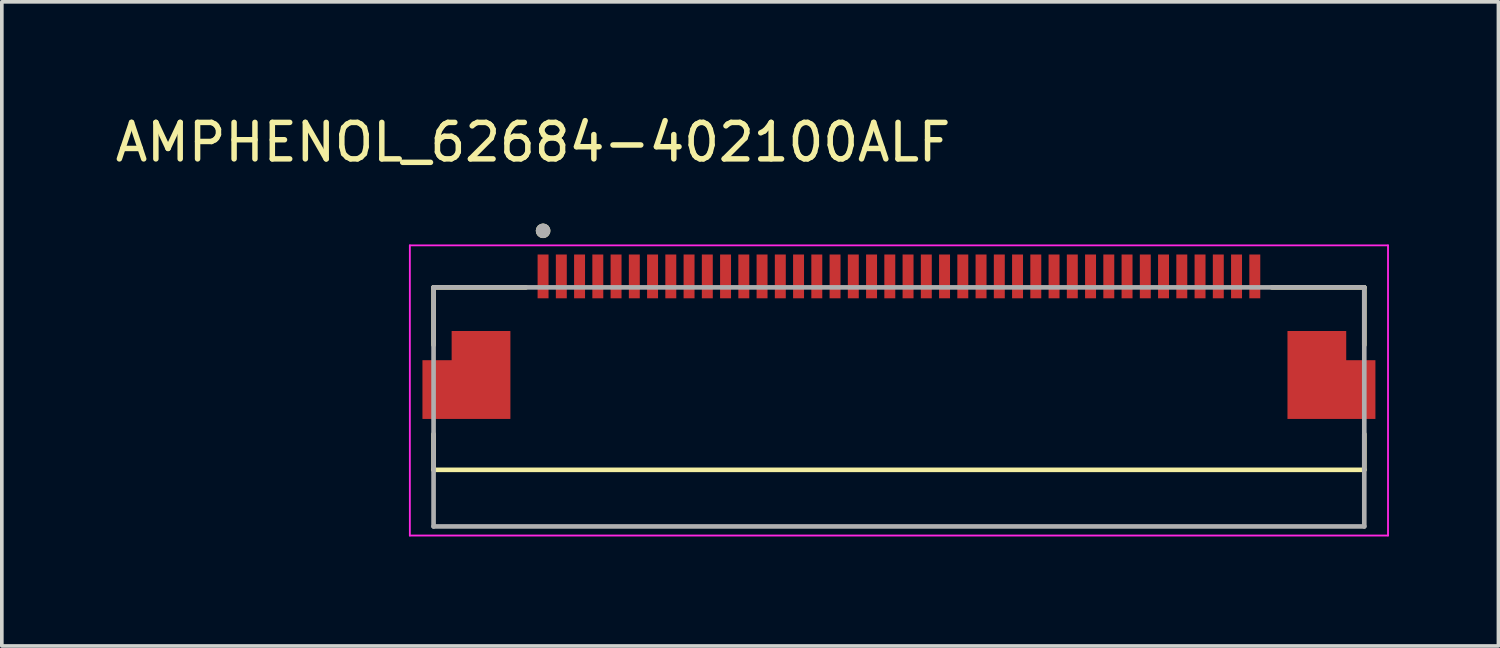
<source format=kicad_pcb>
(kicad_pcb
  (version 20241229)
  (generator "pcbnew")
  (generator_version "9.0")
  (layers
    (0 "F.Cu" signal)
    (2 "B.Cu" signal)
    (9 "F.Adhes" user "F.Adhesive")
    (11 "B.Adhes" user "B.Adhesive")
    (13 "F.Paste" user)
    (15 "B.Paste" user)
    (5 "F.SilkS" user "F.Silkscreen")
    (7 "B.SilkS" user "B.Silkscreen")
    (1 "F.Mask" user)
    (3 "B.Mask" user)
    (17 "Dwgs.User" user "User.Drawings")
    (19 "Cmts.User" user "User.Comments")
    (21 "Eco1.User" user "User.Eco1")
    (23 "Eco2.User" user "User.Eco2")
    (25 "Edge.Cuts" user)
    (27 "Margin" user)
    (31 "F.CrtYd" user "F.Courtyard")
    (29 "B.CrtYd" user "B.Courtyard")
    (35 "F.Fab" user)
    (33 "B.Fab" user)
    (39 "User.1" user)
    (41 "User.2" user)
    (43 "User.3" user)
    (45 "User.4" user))
  (footprint "AMPHENOL_62684-402100ALF"
    (layer "F.Cu")
    (at 21.579 8.098)
    (property "Reference" "AMPHENOL_62684-402100ALF" (at -10.025 -7.25 0) (layer "F.SilkS") (effects (font (size 1 1) (thickness 0.15))))
    (attr smd)
    (fp_poly (pts (xy -10.55 -2.175) (xy -12.35 -2.175) (xy -12.35 -1.375) (xy -13.15 -1.375) (xy -13.15 0.425) (xy -10.55 0.425)) (stroke (width 0.01) (type solid)) (fill yes) (layer "F.Mask"))
    (fp_poly (pts (xy 10.55 -2.175) (xy 12.35 -2.175) (xy 12.35 -1.375) (xy 13.15 -1.375) (xy 13.15 0.425) (xy 10.55 0.425)) (stroke (width 0.01) (type solid)) (fill yes) (layer "F.Mask"))
    (fp_line (start -12.75 -3.275) (end -12.75 -1.695) (stroke (width 0.127) (type solid)) (layer "F.SilkS"))
    (fp_line (start -12.75 -3.275) (end -10.22 -3.275) (stroke (width 0.127) (type solid)) (layer "F.SilkS"))
    (fp_line (start -12.75 1.725) (end -12.75 0.745) (stroke (width 0.127) (type solid)) (layer "F.SilkS"))
    (fp_line (start 12.75 -3.275) (end 10.22 -3.275) (stroke (width 0.127) (type solid)) (layer "F.SilkS"))
    (fp_line (start 12.75 -1.695) (end 12.75 -3.275) (stroke (width 0.127) (type solid)) (layer "F.SilkS"))
    (fp_line (start 12.75 0.745) (end 12.75 1.725) (stroke (width 0.127) (type solid)) (layer "F.SilkS"))
    (fp_line (start 12.75 1.725) (end -12.75 1.725) (stroke (width 0.127) (type solid)) (layer "F.SilkS"))
    (fp_circle (center -9.75 -4.825) (end -9.65 -4.825) (stroke (width 0.2) (type solid)) (fill no) (layer "F.SilkS"))
    (fp_poly (pts (xy -10.65 -2.075) (xy -12.25 -2.075) (xy -12.25 -1.275) (xy -13.05 -1.275) (xy -13.05 0.325) (xy -10.65 0.325)) (stroke (width 0.01) (type solid)) (fill yes) (layer "F.Paste"))
    (fp_poly (pts (xy 10.65 -2.075) (xy 12.25 -2.075) (xy 12.25 -1.275) (xy 13.05 -1.275) (xy 13.05 0.325) (xy 10.65 0.325)) (stroke (width 0.01) (type solid)) (fill yes) (layer "F.Paste"))
    (fp_line (start -13.4 -4.425) (end 13.4 -4.425) (stroke (width 0.05) (type solid)) (layer "F.CrtYd"))
    (fp_line (start -13.4 3.525) (end -13.4 -4.425) (stroke (width 0.05) (type solid)) (layer "F.CrtYd"))
    (fp_line (start 13.4 -4.425) (end 13.4 3.525) (stroke (width 0.05) (type solid)) (layer "F.CrtYd"))
    (fp_line (start 13.4 3.525) (end -13.4 3.525) (stroke (width 0.05) (type solid)) (layer "F.CrtYd"))
    (fp_line (start -12.75 -3.275) (end 12.75 -3.275) (stroke (width 0.127) (type solid)) (layer "F.Fab"))
    (fp_line (start -12.75 3.275) (end -12.75 -3.275) (stroke (width 0.127) (type solid)) (layer "F.Fab"))
    (fp_line (start 12.75 -3.275) (end 12.75 3.275) (stroke (width 0.127) (type solid)) (layer "F.Fab"))
    (fp_line (start 12.75 3.275) (end -12.75 3.275) (stroke (width 0.127) (type solid)) (layer "F.Fab"))
    (fp_circle (center -9.75 -4.825) (end -9.65 -4.825) (stroke (width 0.2) (type solid)) (fill no) (layer "F.Fab"))
    (pad "01" smd rect (at -9.75 -3.575) (size 0.3 1.2) (layers "F.Cu" "F.Mask" "F.Paste"))
    (pad "02" smd rect (at -9.25 -3.575) (size 0.3 1.2) (layers "F.Cu" "F.Mask" "F.Paste"))
    (pad "03" smd rect (at -8.75 -3.575) (size 0.3 1.2) (layers "F.Cu" "F.Mask" "F.Paste"))
    (pad "04" smd rect (at -8.25 -3.575) (size 0.3 1.2) (layers "F.Cu" "F.Mask" "F.Paste"))
    (pad "05" smd rect (at -7.75 -3.575) (size 0.3 1.2) (layers "F.Cu" "F.Mask" "F.Paste"))
    (pad "06" smd rect (at -7.25 -3.575) (size 0.3 1.2) (layers "F.Cu" "F.Mask" "F.Paste"))
    (pad "07" smd rect (at -6.75 -3.575) (size 0.3 1.2) (layers "F.Cu" "F.Mask" "F.Paste"))
    (pad "08" smd rect (at -6.25 -3.575) (size 0.3 1.2) (layers "F.Cu" "F.Mask" "F.Paste"))
    (pad "09" smd rect (at -5.75 -3.575) (size 0.3 1.2) (layers "F.Cu" "F.Mask" "F.Paste"))
    (pad "10" smd rect (at -5.25 -3.575) (size 0.3 1.2) (layers "F.Cu" "F.Mask" "F.Paste"))
    (pad "11" smd rect (at -4.75 -3.575) (size 0.3 1.2) (layers "F.Cu" "F.Mask" "F.Paste"))
    (pad "12" smd rect (at -4.25 -3.575) (size 0.3 1.2) (layers "F.Cu" "F.Mask" "F.Paste"))
    (pad "13" smd rect (at -3.75 -3.575) (size 0.3 1.2) (layers "F.Cu" "F.Mask" "F.Paste"))
    (pad "14" smd rect (at -3.25 -3.575) (size 0.3 1.2) (layers "F.Cu" "F.Mask" "F.Paste"))
    (pad "15" smd rect (at -2.75 -3.575) (size 0.3 1.2) (layers "F.Cu" "F.Mask" "F.Paste"))
    (pad "16" smd rect (at -2.25 -3.575) (size 0.3 1.2) (layers "F.Cu" "F.Mask" "F.Paste"))
    (pad "17" smd rect (at -1.75 -3.575) (size 0.3 1.2) (layers "F.Cu" "F.Mask" "F.Paste"))
    (pad "18" smd rect (at -1.25 -3.575) (size 0.3 1.2) (layers "F.Cu" "F.Mask" "F.Paste"))
    (pad "19" smd rect (at -0.75 -3.575) (size 0.3 1.2) (layers "F.Cu" "F.Mask" "F.Paste"))
    (pad "20" smd rect (at -0.25 -3.575) (size 0.3 1.2) (layers "F.Cu" "F.Mask" "F.Paste"))
    (pad "21" smd rect (at 0.25 -3.575) (size 0.3 1.2) (layers "F.Cu" "F.Mask" "F.Paste"))
    (pad "22" smd rect (at 0.75 -3.575) (size 0.3 1.2) (layers "F.Cu" "F.Mask" "F.Paste"))
    (pad "23" smd rect (at 1.25 -3.575) (size 0.3 1.2) (layers "F.Cu" "F.Mask" "F.Paste"))
    (pad "24" smd rect (at 1.75 -3.575) (size 0.3 1.2) (layers "F.Cu" "F.Mask" "F.Paste"))
    (pad "25" smd rect (at 2.25 -3.575) (size 0.3 1.2) (layers "F.Cu" "F.Mask" "F.Paste"))
    (pad "26" smd rect (at 2.75 -3.575) (size 0.3 1.2) (layers "F.Cu" "F.Mask" "F.Paste"))
    (pad "27" smd rect (at 3.25 -3.575) (size 0.3 1.2) (layers "F.Cu" "F.Mask" "F.Paste"))
    (pad "28" smd rect (at 3.75 -3.575) (size 0.3 1.2) (layers "F.Cu" "F.Mask" "F.Paste"))
    (pad "29" smd rect (at 4.25 -3.575) (size 0.3 1.2) (layers "F.Cu" "F.Mask" "F.Paste"))
    (pad "30" smd rect (at 4.75 -3.575) (size 0.3 1.2) (layers "F.Cu" "F.Mask" "F.Paste"))
    (pad "31" smd rect (at 5.25 -3.575) (size 0.3 1.2) (layers "F.Cu" "F.Mask" "F.Paste"))
    (pad "32" smd rect (at 5.75 -3.575) (size 0.3 1.2) (layers "F.Cu" "F.Mask" "F.Paste"))
    (pad "33" smd rect (at 6.25 -3.575) (size 0.3 1.2) (layers "F.Cu" "F.Mask" "F.Paste"))
    (pad "34" smd rect (at 6.75 -3.575) (size 0.3 1.2) (layers "F.Cu" "F.Mask" "F.Paste"))
    (pad "35" smd rect (at 7.25 -3.575) (size 0.3 1.2) (layers "F.Cu" "F.Mask" "F.Paste"))
    (pad "36" smd rect (at 7.75 -3.575) (size 0.3 1.2) (layers "F.Cu" "F.Mask" "F.Paste"))
    (pad "37" smd rect (at 8.25 -3.575) (size 0.3 1.2) (layers "F.Cu" "F.Mask" "F.Paste"))
    (pad "38" smd rect (at 8.75 -3.575) (size 0.3 1.2) (layers "F.Cu" "F.Mask" "F.Paste"))
    (pad "39" smd rect (at 9.25 -3.575) (size 0.3 1.2) (layers "F.Cu" "F.Mask" "F.Paste"))
    (pad "40" smd rect (at 9.75 -3.575) (size 0.3 1.2) (layers "F.Cu" "F.Mask" "F.Paste"))
    (pad "S1" smd custom (at -11.45 -0.475) (size 1.4 1.4) (layers "F.Cu") (options (anchor rect)) (primitives (gr_poly (pts (xy 0.8 -1.6) (xy -0.8 -1.6) (xy -0.8 -0.8) (xy -1.6 -0.8) (xy -1.6 0.8) (xy 0.8 0.8)) (width 0.01) (fill yes))))
    (pad "S2" smd custom (at 11.45 -0.475) (size 1.4 1.4) (layers "F.Cu") (options (anchor rect)) (primitives (gr_poly (pts (xy -0.8 -1.6) (xy 0.8 -1.6) (xy 0.8 -0.8) (xy 1.6 -0.8) (xy 1.6 0.8) (xy -0.8 0.8)) (width 0.01) (fill yes)))))
  (gr_rect
    (start -3 -3)
    (end 38.004 14.648)
    (stroke (width 0.1) (type default))
    (fill no)
    (layer "Edge.Cuts")))
</source>
